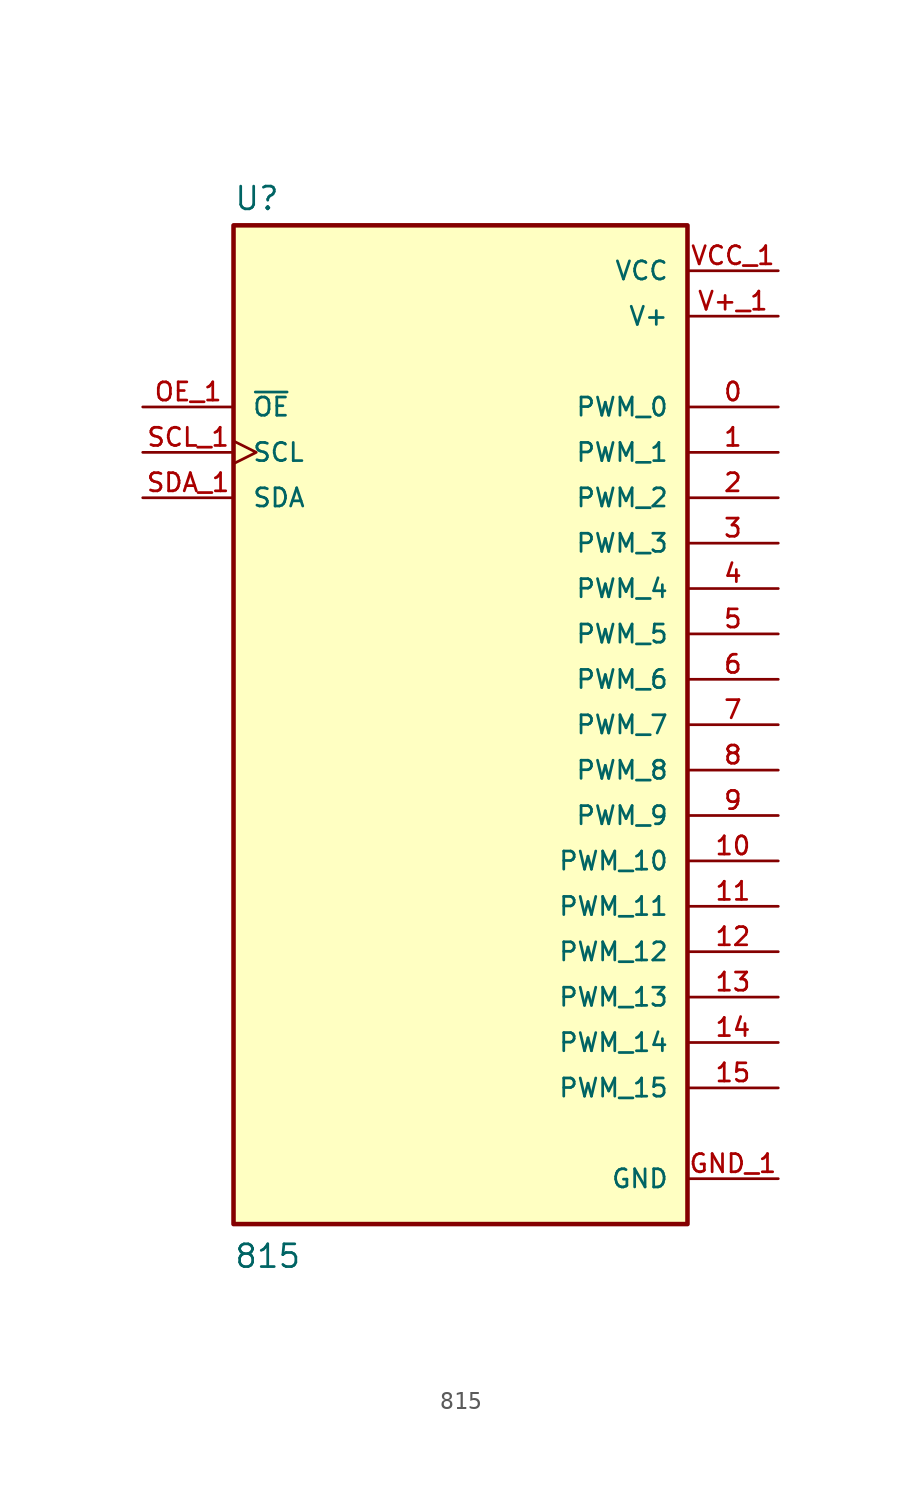
<source format=kicad_sym>
(kicad_symbol_lib
  (version 20211014)
  (generator kicad_symbol_editor)
  (symbol "815"
    (pin_names
      (offset 1.016))
    (property "Reference" "U"
      (at -12.7 28.702 0)
      (effects (font (size 1.27 1.27)) (justify bottom left)))
    (property "Value" "815"
      (at -12.7 -30.48 0)
      (effects (font (size 1.27 1.27)) (justify bottom left)))
    (symbol "815_0_0"
      (rectangle (start -12.7 -27.94) (end 12.7 27.94) (stroke (width 0.254)) (fill (type background)))
      (pin power_in line (at 17.78 -25.4 180.0) (length 5.08) (name "GND" (effects (font (size 1.016 1.016)))) (number "GND_1" (effects (font (size 1.016 1.016)))))
      (pin power_in line (at 17.78 -25.4 180.0) (length 5.08) hide (name "GND" (effects (font (size 1.016 1.016)))) (number "GND_2" (effects (font (size 1.016 1.016)))))
      (pin power_in line (at 17.78 -25.4 180.0) (length 5.08) hide (name "GND" (effects (font (size 1.016 1.016)))) (number "GND_3" (effects (font (size 1.016 1.016)))))
      (pin power_in line (at 17.78 -25.4 180.0) (length 5.08) hide (name "GND" (effects (font (size 1.016 1.016)))) (number "GND_4" (effects (font (size 1.016 1.016)))))
      (pin power_in line (at 17.78 -25.4 180.0) (length 5.08) hide (name "GND" (effects (font (size 1.016 1.016)))) (number "GND_5" (effects (font (size 1.016 1.016)))))
      (pin power_in line (at 17.78 -25.4 180.0) (length 5.08) hide (name "GND" (effects (font (size 1.016 1.016)))) (number "GND_6" (effects (font (size 1.016 1.016)))))
      (pin power_in line (at 17.78 -25.4 180.0) (length 5.08) hide (name "GND" (effects (font (size 1.016 1.016)))) (number "GND_7" (effects (font (size 1.016 1.016)))))
      (pin power_in line (at 17.78 -25.4 180.0) (length 5.08) hide (name "GND" (effects (font (size 1.016 1.016)))) (number "GND_8" (effects (font (size 1.016 1.016)))))
      (pin power_in line (at 17.78 -25.4 180.0) (length 5.08) hide (name "GND" (effects (font (size 1.016 1.016)))) (number "GND_9" (effects (font (size 1.016 1.016)))))
      (pin power_in line (at 17.78 -25.4 180.0) (length 5.08) hide (name "GND" (effects (font (size 1.016 1.016)))) (number "GND_10" (effects (font (size 1.016 1.016)))))
      (pin power_in line (at 17.78 -25.4 180.0) (length 5.08) hide (name "GND" (effects (font (size 1.016 1.016)))) (number "GND_11" (effects (font (size 1.016 1.016)))))
      (pin power_in line (at 17.78 -25.4 180.0) (length 5.08) hide (name "GND" (effects (font (size 1.016 1.016)))) (number "GND_12" (effects (font (size 1.016 1.016)))))
      (pin power_in line (at 17.78 -25.4 180.0) (length 5.08) hide (name "GND" (effects (font (size 1.016 1.016)))) (number "GND_13" (effects (font (size 1.016 1.016)))))
      (pin power_in line (at 17.78 -25.4 180.0) (length 5.08) hide (name "GND" (effects (font (size 1.016 1.016)))) (number "GND_14" (effects (font (size 1.016 1.016)))))
      (pin power_in line (at 17.78 -25.4 180.0) (length 5.08) hide (name "GND" (effects (font (size 1.016 1.016)))) (number "GND_15" (effects (font (size 1.016 1.016)))))
      (pin power_in line (at 17.78 -25.4 180.0) (length 5.08) hide (name "GND" (effects (font (size 1.016 1.016)))) (number "GND_16" (effects (font (size 1.016 1.016)))))
      (pin power_in line (at 17.78 -25.4 180.0) (length 5.08) hide (name "GND" (effects (font (size 1.016 1.016)))) (number "GND_17" (effects (font (size 1.016 1.016)))))
      (pin power_in line (at 17.78 -25.4 180.0) (length 5.08) hide (name "GND" (effects (font (size 1.016 1.016)))) (number "GND_18" (effects (font (size 1.016 1.016)))))
      (pin power_in line (at 17.78 25.4 180.0) (length 5.08) (name "VCC" (effects (font (size 1.016 1.016)))) (number "VCC_1" (effects (font (size 1.016 1.016)))))
      (pin power_in line (at 17.78 25.4 180.0) (length 5.08) hide (name "VCC" (effects (font (size 1.016 1.016)))) (number "VCC_2" (effects (font (size 1.016 1.016)))))
      (pin power_in line (at 17.78 22.86 180.0) (length 5.08) (name "V+" (effects (font (size 1.016 1.016)))) (number "V+_1" (effects (font (size 1.016 1.016)))))
      (pin power_in line (at 17.78 22.86 180.0) (length 5.08) hide (name "V+" (effects (font (size 1.016 1.016)))) (number "V+_2" (effects (font (size 1.016 1.016)))))
      (pin power_in line (at 17.78 22.86 180.0) (length 5.08) hide (name "V+" (effects (font (size 1.016 1.016)))) (number "V+_3" (effects (font (size 1.016 1.016)))))
      (pin power_in line (at 17.78 22.86 180.0) (length 5.08) hide (name "V+" (effects (font (size 1.016 1.016)))) (number "V+_4" (effects (font (size 1.016 1.016)))))
      (pin power_in line (at 17.78 22.86 180.0) (length 5.08) hide (name "V+" (effects (font (size 1.016 1.016)))) (number "V+_5" (effects (font (size 1.016 1.016)))))
      (pin power_in line (at 17.78 22.86 180.0) (length 5.08) hide (name "V+" (effects (font (size 1.016 1.016)))) (number "V+_6" (effects (font (size 1.016 1.016)))))
      (pin power_in line (at 17.78 22.86 180.0) (length 5.08) hide (name "V+" (effects (font (size 1.016 1.016)))) (number "V+_7" (effects (font (size 1.016 1.016)))))
      (pin power_in line (at 17.78 22.86 180.0) (length 5.08) hide (name "V+" (effects (font (size 1.016 1.016)))) (number "V+_8" (effects (font (size 1.016 1.016)))))
      (pin power_in line (at 17.78 22.86 180.0) (length 5.08) hide (name "V+" (effects (font (size 1.016 1.016)))) (number "V+_9" (effects (font (size 1.016 1.016)))))
      (pin power_in line (at 17.78 22.86 180.0) (length 5.08) hide (name "V+" (effects (font (size 1.016 1.016)))) (number "V+_10" (effects (font (size 1.016 1.016)))))
      (pin power_in line (at 17.78 22.86 180.0) (length 5.08) hide (name "V+" (effects (font (size 1.016 1.016)))) (number "V+_11" (effects (font (size 1.016 1.016)))))
      (pin power_in line (at 17.78 22.86 180.0) (length 5.08) hide (name "V+" (effects (font (size 1.016 1.016)))) (number "V+_12" (effects (font (size 1.016 1.016)))))
      (pin power_in line (at 17.78 22.86 180.0) (length 5.08) hide (name "V+" (effects (font (size 1.016 1.016)))) (number "V+_13" (effects (font (size 1.016 1.016)))))
      (pin power_in line (at 17.78 22.86 180.0) (length 5.08) hide (name "V+" (effects (font (size 1.016 1.016)))) (number "V+_14" (effects (font (size 1.016 1.016)))))
      (pin power_in line (at 17.78 22.86 180.0) (length 5.08) hide (name "V+" (effects (font (size 1.016 1.016)))) (number "V+_15" (effects (font (size 1.016 1.016)))))
      (pin power_in line (at 17.78 22.86 180.0) (length 5.08) hide (name "V+" (effects (font (size 1.016 1.016)))) (number "V+_16" (effects (font (size 1.016 1.016)))))
      (pin power_in line (at 17.78 22.86 180.0) (length 5.08) hide (name "V+" (effects (font (size 1.016 1.016)))) (number "V+_17" (effects (font (size 1.016 1.016)))))
      (pin power_in line (at 17.78 22.86 180.0) (length 5.08) hide (name "V+" (effects (font (size 1.016 1.016)))) (number "V+_18" (effects (font (size 1.016 1.016)))))
      (pin input clock (at -17.78 15.24 0) (length 5.08) (name "SCL" (effects (font (size 1.016 1.016)))) (number "SCL_1" (effects (font (size 1.016 1.016)))))
      (pin input clock (at -17.78 15.24 0) (length 5.08) hide (name "SCL" (effects (font (size 1.016 1.016)))) (number "SCL_2" (effects (font (size 1.016 1.016)))))
      (pin bidirectional line (at -17.78 12.7 0) (length 5.08) (name "SDA" (effects (font (size 1.016 1.016)))) (number "SDA_1" (effects (font (size 1.016 1.016)))))
      (pin bidirectional line (at -17.78 12.7 0) (length 5.08) hide (name "SDA" (effects (font (size 1.016 1.016)))) (number "SDA_2" (effects (font (size 1.016 1.016)))))
      (pin input line (at -17.78 17.78 0) (length 5.08) (name "~{OE}" (effects (font (size 1.016 1.016)))) (number "OE_1" (effects (font (size 1.016 1.016)))))
      (pin input line (at -17.78 17.78 0) (length 5.08) hide (name "~{OE}" (effects (font (size 1.016 1.016)))) (number "OE_2" (effects (font (size 1.016 1.016)))))
      (pin output line (at 17.78 17.78 180.0) (length 5.08) (name "PWM_0" (effects (font (size 1.016 1.016)))) (number "0" (effects (font (size 1.016 1.016)))))
      (pin output line (at 17.78 15.24 180.0) (length 5.08) (name "PWM_1" (effects (font (size 1.016 1.016)))) (number "1" (effects (font (size 1.016 1.016)))))
      (pin output line (at 17.78 12.7 180.0) (length 5.08) (name "PWM_2" (effects (font (size 1.016 1.016)))) (number "2" (effects (font (size 1.016 1.016)))))
      (pin output line (at 17.78 10.16 180.0) (length 5.08) (name "PWM_3" (effects (font (size 1.016 1.016)))) (number "3" (effects (font (size 1.016 1.016)))))
      (pin output line (at 17.78 7.62 180.0) (length 5.08) (name "PWM_4" (effects (font (size 1.016 1.016)))) (number "4" (effects (font (size 1.016 1.016)))))
      (pin output line (at 17.78 5.08 180.0) (length 5.08) (name "PWM_5" (effects (font (size 1.016 1.016)))) (number "5" (effects (font (size 1.016 1.016)))))
      (pin output line (at 17.78 2.54 180.0) (length 5.08) (name "PWM_6" (effects (font (size 1.016 1.016)))) (number "6" (effects (font (size 1.016 1.016)))))
      (pin output line (at 17.78 0.0 180.0) (length 5.08) (name "PWM_7" (effects (font (size 1.016 1.016)))) (number "7" (effects (font (size 1.016 1.016)))))
      (pin output line (at 17.78 -2.54 180.0) (length 5.08) (name "PWM_8" (effects (font (size 1.016 1.016)))) (number "8" (effects (font (size 1.016 1.016)))))
      (pin output line (at 17.78 -5.08 180.0) (length 5.08) (name "PWM_9" (effects (font (size 1.016 1.016)))) (number "9" (effects (font (size 1.016 1.016)))))
      (pin output line (at 17.78 -7.62 180.0) (length 5.08) (name "PWM_10" (effects (font (size 1.016 1.016)))) (number "10" (effects (font (size 1.016 1.016)))))
      (pin output line (at 17.78 -10.16 180.0) (length 5.08) (name "PWM_11" (effects (font (size 1.016 1.016)))) (number "11" (effects (font (size 1.016 1.016)))))
      (pin output line (at 17.78 -12.7 180.0) (length 5.08) (name "PWM_12" (effects (font (size 1.016 1.016)))) (number "12" (effects (font (size 1.016 1.016)))))
      (pin output line (at 17.78 -15.24 180.0) (length 5.08) (name "PWM_13" (effects (font (size 1.016 1.016)))) (number "13" (effects (font (size 1.016 1.016)))))
      (pin output line (at 17.78 -17.78 180.0) (length 5.08) (name "PWM_14" (effects (font (size 1.016 1.016)))) (number "14" (effects (font (size 1.016 1.016)))))
      (pin output line (at 17.78 -20.32 180.0) (length 5.08) (name "PWM_15" (effects (font (size 1.016 1.016)))) (number "15" (effects (font (size 1.016 1.016))))))))
</source>
